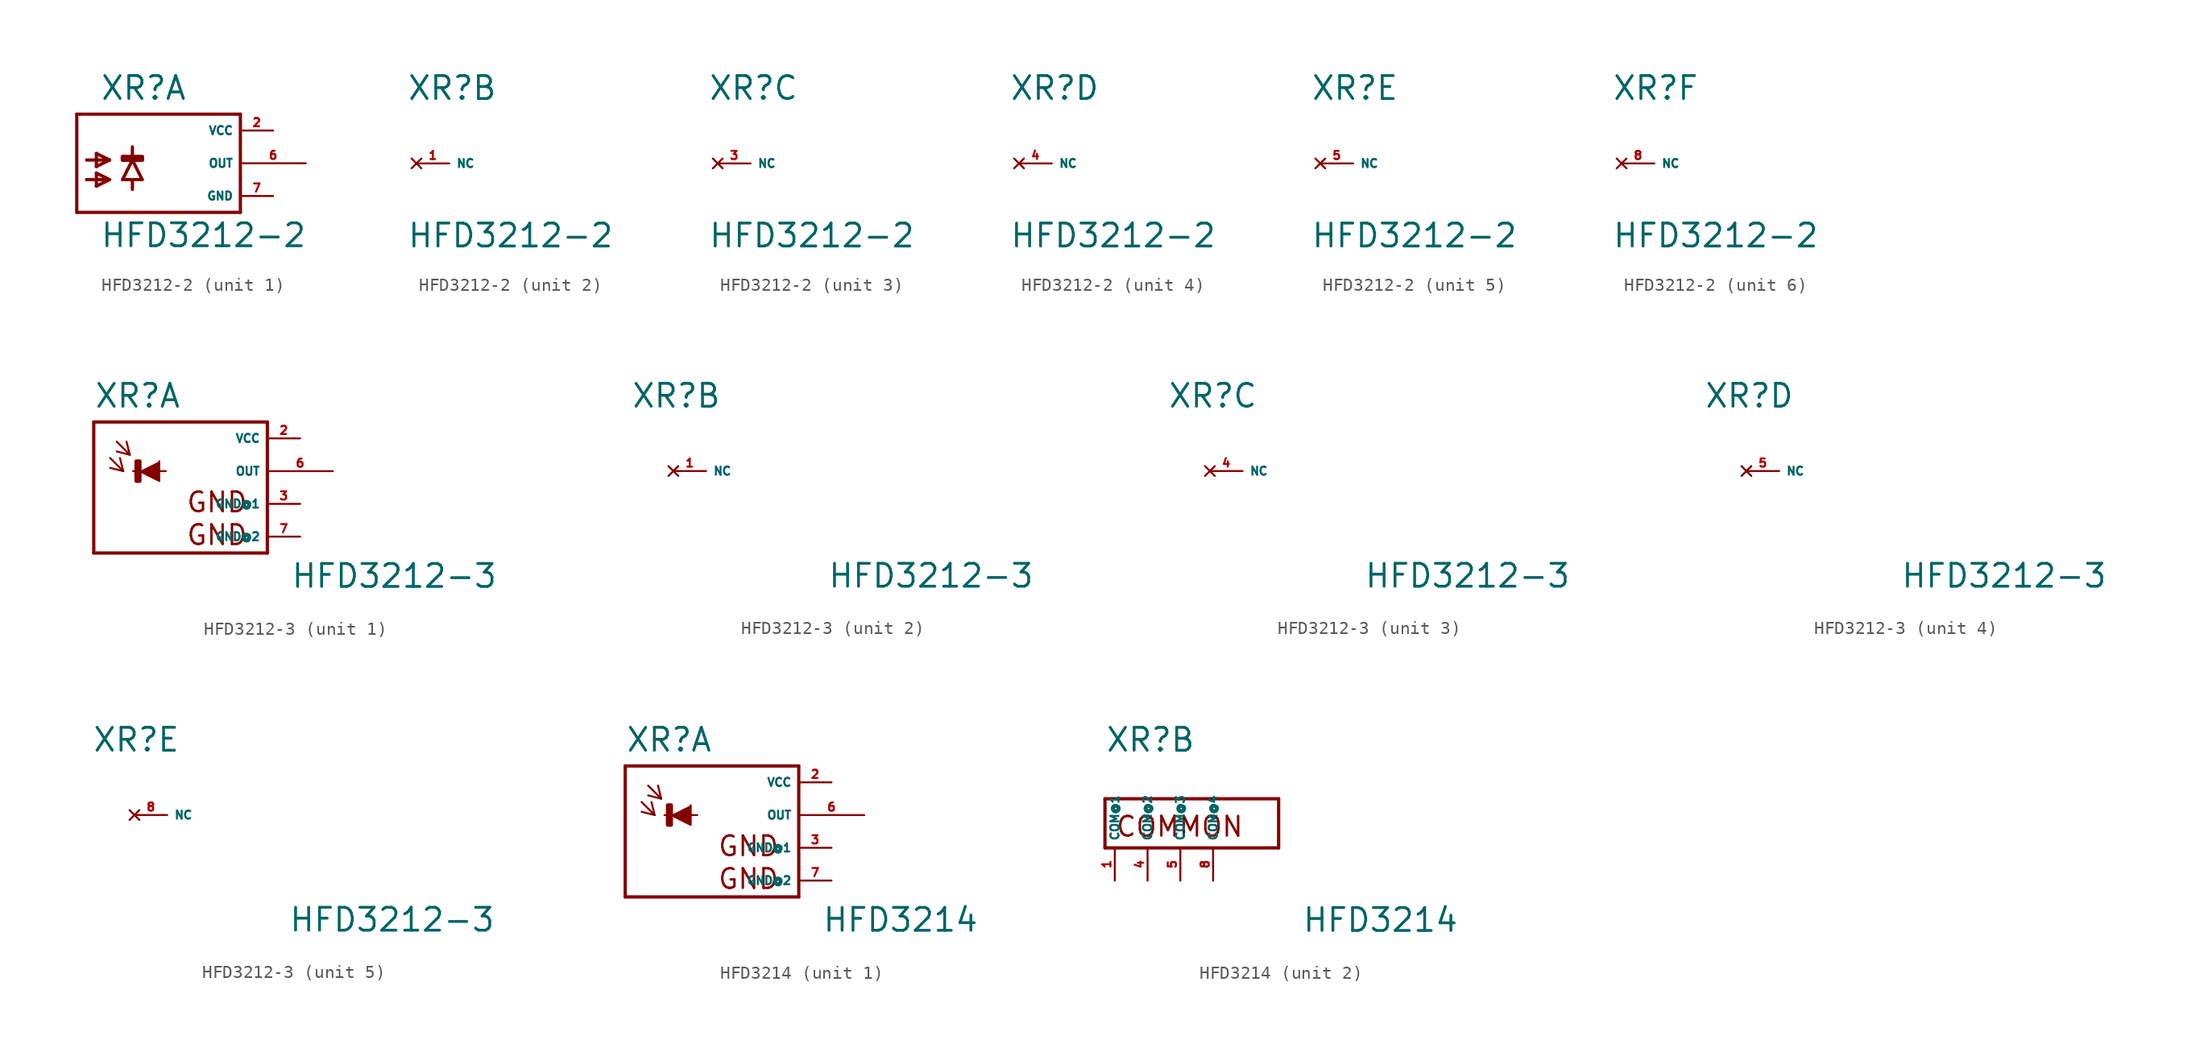
<source format=kicad_sym>
(kicad_symbol_lib
  (version 20220914)
  (generator Eagle2Kicad)
  (symbol "HFD3212-2"
    (property "Reference" "XR"
      (at -3.302 4.801 0)
      (effects (font (size 1.778 1.778) (thickness 0.22)) (justify left bottom)))
    (property "Value" "HFD3212-2"
      (at -3.302 -6.629 0)
      (effects (font (size 1.778 1.778) (thickness 0.22)) (justify left bottom)))
    (symbol "HFD3212-2_1_0"
      (polyline (pts (xy -4.318 0.254) (xy -2.54 0.254)) (stroke (width 0.254) (type default)) (fill (type none)))
      (polyline (pts (xy -2.54 0.254) (xy -3.556 -0.254)) (stroke (width 0.254) (type default)) (fill (type none)))
      (polyline (pts (xy -2.54 0.254) (xy -3.556 0.762)) (stroke (width 0.254) (type default)) (fill (type none)))
      (polyline (pts (xy -4.318 -1.27) (xy -2.54 -1.27)) (stroke (width 0.254) (type default)) (fill (type none)))
      (polyline (pts (xy -2.54 -1.27) (xy -3.556 -1.778)) (stroke (width 0.254) (type default)) (fill (type none)))
      (polyline (pts (xy -2.54 -1.27) (xy -3.556 -0.762)) (stroke (width 0.254) (type default)) (fill (type none)))
      (polyline (pts (xy 7.62 3.81) (xy -5.08 3.81)) (stroke (width 0.254) (type default)) (fill (type none)))
      (polyline (pts (xy -5.08 3.81) (xy -5.08 -3.81)) (stroke (width 0.254) (type default)) (fill (type none)))
      (polyline (pts (xy -5.08 -3.81) (xy 7.62 -3.81)) (stroke (width 0.254) (type default)) (fill (type none)))
      (polyline (pts (xy 7.62 -3.81) (xy 7.62 3.81)) (stroke (width 0.254) (type default)) (fill (type none)))
      (polyline (pts (xy -3.556 0.762) (xy -3.556 -0.254)) (stroke (width 0.254) (type default)) (fill (type none)))
      (polyline (pts (xy -3.556 -0.762) (xy -3.556 -1.778)) (stroke (width 0.254) (type default)) (fill (type none)))
      (polyline (pts (xy -0.762 0.254) (xy 0 -1.27)) (stroke (width 0.254) (type default)) (fill (type none)))
      (polyline (pts (xy 0 -1.27) (xy -0.762 -1.27)) (stroke (width 0.254) (type default)) (fill (type none)))
      (polyline (pts (xy -0.762 -1.27) (xy -1.524 -1.27)) (stroke (width 0.254) (type default)) (fill (type none)))
      (polyline (pts (xy -1.524 -1.27) (xy -0.762 0.254)) (stroke (width 0.254) (type default)) (fill (type none)))
      (polyline (pts (xy -0.762 1.27) (xy -0.762 0.254)) (stroke (width 0.254) (type default)) (fill (type none)))
      (polyline (pts (xy -0.762 -1.27) (xy -0.762 -2.032)) (stroke (width 0.254) (type default)) (fill (type none)))
      (rectangle (start -1.524 0.254) (end 0 0.508) (stroke (width 0.3) (type default)) (fill (type outline)))
      (pin unspecified line (at 10.16 2.54 180) (length 2.54) (name "VCC" (effects (font (size 0.635 0.635) (thickness 0.08)) (justify left bottom))) (number "2" (effects (font (size 0.635 0.635) (thickness 0.08)) (justify left bottom))))
      (pin unspecified line (at 10.16 -2.54 180) (length 2.54) (name "GND" (effects (font (size 0.635 0.635) (thickness 0.08)) (justify left bottom))) (number "7" (effects (font (size 0.635 0.635) (thickness 0.08)) (justify left bottom))))
      (pin output line (at 12.7 0 180) (length 5.08) (name "OUT" (effects (font (size 0.635 0.635) (thickness 0.08)) (justify left bottom))) (number "6" (effects (font (size 0.635 0.635) (thickness 0.08)) (justify left bottom)))))
    (symbol "HFD3212-2_2_0"
      (pin no_connect line (at -2.54 0 0) (length 2.54) (name "NC" (effects (font (size 0.635 0.635) (thickness 0.08)) (justify left bottom) hide)) (number "1" (effects (font (size 0.635 0.635) (thickness 0.08)) (justify left bottom) hide))))
    (symbol "HFD3212-2_3_0"
      (pin no_connect line (at -2.54 0 0) (length 2.54) (name "NC" (effects (font (size 0.635 0.635) (thickness 0.08)) (justify left bottom) hide)) (number "3" (effects (font (size 0.635 0.635) (thickness 0.08)) (justify left bottom) hide))))
    (symbol "HFD3212-2_4_0"
      (pin no_connect line (at -2.54 0 0) (length 2.54) (name "NC" (effects (font (size 0.635 0.635) (thickness 0.08)) (justify left bottom) hide)) (number "4" (effects (font (size 0.635 0.635) (thickness 0.08)) (justify left bottom) hide))))
    (symbol "HFD3212-2_5_0"
      (pin no_connect line (at -2.54 0 0) (length 2.54) (name "NC" (effects (font (size 0.635 0.635) (thickness 0.08)) (justify left bottom) hide)) (number "5" (effects (font (size 0.635 0.635) (thickness 0.08)) (justify left bottom) hide))))
    (symbol "HFD3212-2_6_0"
      (pin no_connect line (at -2.54 0 0) (length 2.54) (name "NC" (effects (font (size 0.635 0.635) (thickness 0.08)) (justify left bottom) hide)) (number "8" (effects (font (size 0.635 0.635) (thickness 0.08)) (justify left bottom) hide)))))
  (symbol "HFD3212-3"
    (property "Reference" "XR"
      (at -5.842 4.801 0)
      (effects (font (size 1.778 1.778) (thickness 0.22)) (justify left bottom)))
    (property "Value" "HFD3212-3"
      (at 9.398 -9.169 0)
      (effects (font (size 1.778 1.778) (thickness 0.22)) (justify left bottom)))
    (symbol "HFD3212-3_1_0"
      (polyline (pts (xy -2.286 0) (xy -0.762 -0.762) (xy -0.762 0.762)) (stroke (width 0.152) (type default)) (fill (type outline)))
      (polyline (pts (xy -4.572 1.016) (xy -3.556 0)) (stroke (width 0.152) (type default)) (fill (type none)))
      (polyline (pts (xy -3.556 0) (xy -3.81 1.016)) (stroke (width 0.152) (type default)) (fill (type none)))
      (polyline (pts (xy -3.556 0) (xy -4.572 0.254)) (stroke (width 0.152) (type default)) (fill (type none)))
      (polyline (pts (xy -4.064 2.286) (xy -3.048 1.27)) (stroke (width 0.152) (type default)) (fill (type none)))
      (polyline (pts (xy -3.048 1.27) (xy -3.302 2.286)) (stroke (width 0.152) (type default)) (fill (type none)))
      (polyline (pts (xy -3.048 1.27) (xy -4.064 1.524)) (stroke (width 0.152) (type default)) (fill (type none)))
      (polyline (pts (xy 7.62 3.81) (xy 7.62 -6.35)) (stroke (width 0.254) (type default)) (fill (type none)))
      (polyline (pts (xy 7.62 -6.35) (xy -5.842 -6.35)) (stroke (width 0.254) (type default)) (fill (type none)))
      (polyline (pts (xy -5.842 -6.35) (xy -5.842 3.81)) (stroke (width 0.254) (type default)) (fill (type none)))
      (polyline (pts (xy -5.842 3.81) (xy 7.62 3.81)) (stroke (width 0.254) (type default)) (fill (type none)))
      (polyline (pts (xy -2.794 0) (xy -0.254 0)) (stroke (width 0.152) (type default)) (fill (type none)))
      (text "GND" (at 1.27 -3.302 0) (effects (font (size 1.524 1.524) (thickness 0.19)) (justify left bottom)))
      (text "GND" (at 1.27 -5.842 0) (effects (font (size 1.524 1.524) (thickness 0.19)) (justify left bottom)))
      (rectangle (start -2.54 -0.762) (end -2.286 0.762) (stroke (width 0.3) (type default)) (fill (type outline)))
      (pin unspecified line (at 10.16 2.54 180) (length 2.54) (name "VCC" (effects (font (size 0.635 0.635) (thickness 0.08)) (justify left bottom))) (number "2" (effects (font (size 0.635 0.635) (thickness 0.08)) (justify left bottom))))
      (pin unspecified line (at 10.16 -2.54 180) (length 2.54) (name "GND@1" (effects (font (size 0.635 0.635) (thickness 0.08)) (justify left bottom))) (number "3" (effects (font (size 0.635 0.635) (thickness 0.08)) (justify left bottom))))
      (pin output line (at 12.7 0 180) (length 5.08) (name "OUT" (effects (font (size 0.635 0.635) (thickness 0.08)) (justify left bottom))) (number "6" (effects (font (size 0.635 0.635) (thickness 0.08)) (justify left bottom))))
      (pin unspecified line (at 10.16 -5.08 180) (length 2.54) (name "GND@2" (effects (font (size 0.635 0.635) (thickness 0.08)) (justify left bottom))) (number "7" (effects (font (size 0.635 0.635) (thickness 0.08)) (justify left bottom)))))
    (symbol "HFD3212-3_2_0"
      (pin no_connect line (at -2.54 0 0) (length 2.54) (name "NC" (effects (font (size 0.635 0.635) (thickness 0.08)) (justify left bottom) hide)) (number "1" (effects (font (size 0.635 0.635) (thickness 0.08)) (justify left bottom) hide))))
    (symbol "HFD3212-3_3_0"
      (pin no_connect line (at -2.54 0 0) (length 2.54) (name "NC" (effects (font (size 0.635 0.635) (thickness 0.08)) (justify left bottom) hide)) (number "4" (effects (font (size 0.635 0.635) (thickness 0.08)) (justify left bottom) hide))))
    (symbol "HFD3212-3_4_0"
      (pin no_connect line (at -2.54 0 0) (length 2.54) (name "NC" (effects (font (size 0.635 0.635) (thickness 0.08)) (justify left bottom) hide)) (number "5" (effects (font (size 0.635 0.635) (thickness 0.08)) (justify left bottom) hide))))
    (symbol "HFD3212-3_5_0"
      (pin no_connect line (at -2.54 0 0) (length 2.54) (name "NC" (effects (font (size 0.635 0.635) (thickness 0.08)) (justify left bottom) hide)) (number "8" (effects (font (size 0.635 0.635) (thickness 0.08)) (justify left bottom) hide)))))
  (symbol "HFD3214"
    (property "Reference" "XR"
      (at -5.842 4.801 0)
      (effects (font (size 1.778 1.778) (thickness 0.22)) (justify left bottom)))
    (property "Value" "HFD3214"
      (at 9.398 -9.169 0)
      (effects (font (size 1.778 1.778) (thickness 0.22)) (justify left bottom)))
    (symbol "HFD3214_1_0"
      (polyline (pts (xy -2.286 0) (xy -0.762 -0.762) (xy -0.762 0.762)) (stroke (width 0.152) (type default)) (fill (type outline)))
      (polyline (pts (xy -4.572 1.016) (xy -3.556 0)) (stroke (width 0.152) (type default)) (fill (type none)))
      (polyline (pts (xy -3.556 0) (xy -3.81 1.016)) (stroke (width 0.152) (type default)) (fill (type none)))
      (polyline (pts (xy -3.556 0) (xy -4.572 0.254)) (stroke (width 0.152) (type default)) (fill (type none)))
      (polyline (pts (xy -4.064 2.286) (xy -3.048 1.27)) (stroke (width 0.152) (type default)) (fill (type none)))
      (polyline (pts (xy -3.048 1.27) (xy -3.302 2.286)) (stroke (width 0.152) (type default)) (fill (type none)))
      (polyline (pts (xy -3.048 1.27) (xy -4.064 1.524)) (stroke (width 0.152) (type default)) (fill (type none)))
      (polyline (pts (xy 7.62 3.81) (xy 7.62 -6.35)) (stroke (width 0.254) (type default)) (fill (type none)))
      (polyline (pts (xy 7.62 -6.35) (xy -5.842 -6.35)) (stroke (width 0.254) (type default)) (fill (type none)))
      (polyline (pts (xy -5.842 -6.35) (xy -5.842 3.81)) (stroke (width 0.254) (type default)) (fill (type none)))
      (polyline (pts (xy -5.842 3.81) (xy 7.62 3.81)) (stroke (width 0.254) (type default)) (fill (type none)))
      (polyline (pts (xy -2.794 0) (xy -0.254 0)) (stroke (width 0.152) (type default)) (fill (type none)))
      (text "GND" (at 1.27 -3.302 0) (effects (font (size 1.524 1.524) (thickness 0.19)) (justify left bottom)))
      (text "GND" (at 1.27 -5.842 0) (effects (font (size 1.524 1.524) (thickness 0.19)) (justify left bottom)))
      (rectangle (start -2.54 -0.762) (end -2.286 0.762) (stroke (width 0.3) (type default)) (fill (type outline)))
      (pin unspecified line (at 10.16 2.54 180) (length 2.54) (name "VCC" (effects (font (size 0.635 0.635) (thickness 0.08)) (justify left bottom))) (number "2" (effects (font (size 0.635 0.635) (thickness 0.08)) (justify left bottom))))
      (pin unspecified line (at 10.16 -2.54 180) (length 2.54) (name "GND@1" (effects (font (size 0.635 0.635) (thickness 0.08)) (justify left bottom))) (number "3" (effects (font (size 0.635 0.635) (thickness 0.08)) (justify left bottom))))
      (pin output line (at 12.7 0 180) (length 5.08) (name "OUT" (effects (font (size 0.635 0.635) (thickness 0.08)) (justify left bottom))) (number "6" (effects (font (size 0.635 0.635) (thickness 0.08)) (justify left bottom))))
      (pin unspecified line (at 10.16 -5.08 180) (length 2.54) (name "GND@2" (effects (font (size 0.635 0.635) (thickness 0.08)) (justify left bottom))) (number "7" (effects (font (size 0.635 0.635) (thickness 0.08)) (justify left bottom)))))
    (symbol "HFD3214_2_0"
      (polyline (pts (xy 7.62 1.27) (xy 7.62 -2.54)) (stroke (width 0.254) (type default)) (fill (type none)))
      (polyline (pts (xy 7.62 -2.54) (xy -5.842 -2.54)) (stroke (width 0.254) (type default)) (fill (type none)))
      (polyline (pts (xy -5.842 -2.54) (xy -5.842 1.27)) (stroke (width 0.254) (type default)) (fill (type none)))
      (polyline (pts (xy 7.62 1.27) (xy -5.842 1.27)) (stroke (width 0.254) (type default)) (fill (type none)))
      (text "COMMON" (at -5.08 -1.778 0) (effects (font (size 1.524 1.524) (thickness 0.19)) (justify left bottom)))
      (pin unspecified line (at -5.08 -5.08 90) (length 2.54) (name "COM@1" (effects (font (size 0.635 0.635) (thickness 0.08)) (justify left bottom))) (number "1" (effects (font (size 0.635 0.635) (thickness 0.08)) (justify left bottom))))
      (pin unspecified line (at -2.54 -5.08 90) (length 2.54) (name "COM@2" (effects (font (size 0.635 0.635) (thickness 0.08)) (justify left bottom))) (number "4" (effects (font (size 0.635 0.635) (thickness 0.08)) (justify left bottom))))
      (pin unspecified line (at 0 -5.08 90) (length 2.54) (name "COM@3" (effects (font (size 0.635 0.635) (thickness 0.08)) (justify left bottom))) (number "5" (effects (font (size 0.635 0.635) (thickness 0.08)) (justify left bottom))))
      (pin unspecified line (at 2.54 -5.08 90) (length 2.54) (name "COM@4" (effects (font (size 0.635 0.635) (thickness 0.08)) (justify left bottom))) (number "8" (effects (font (size 0.635 0.635) (thickness 0.08)) (justify left bottom)))))))
</source>
